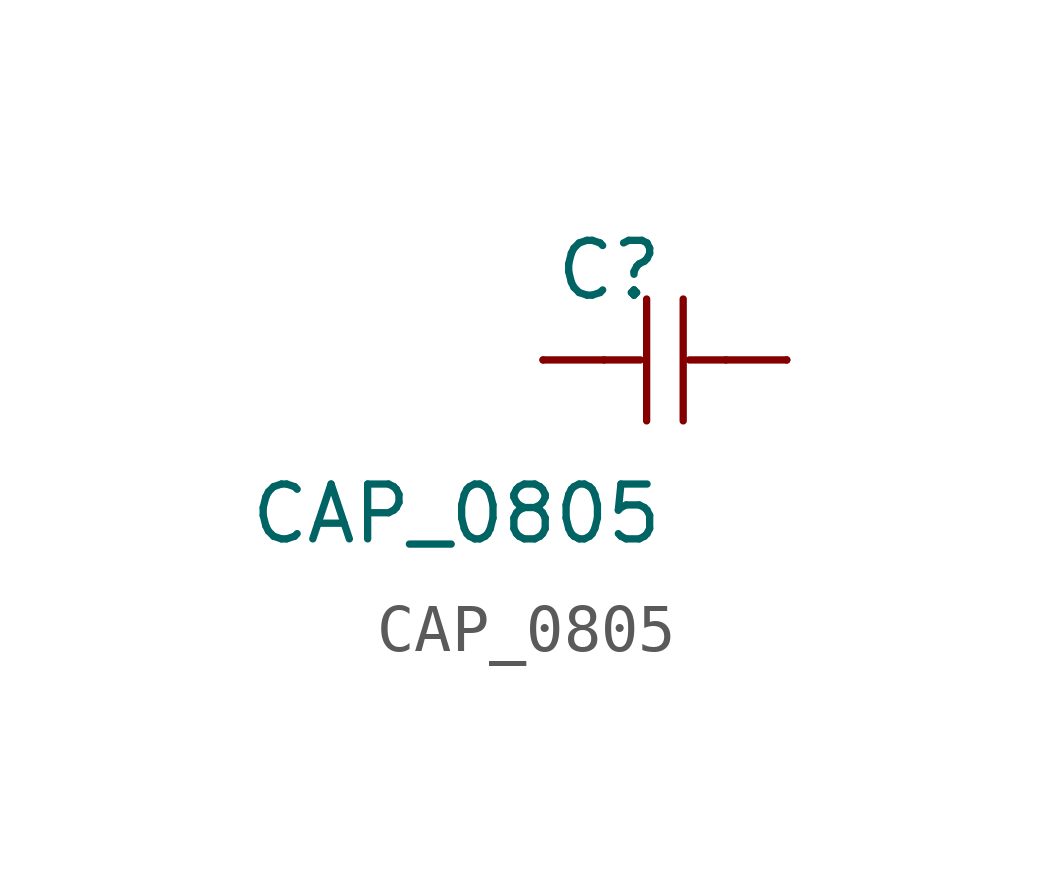
<source format=kicad_sym>
(kicad_symbol_lib
  (version 20211014)
  (generator kicad_symbol_editor)
  (symbol "CAP_0805"
    (pin_numbers hide)
    (pin_names
      (offset 1.016) hide)
    (property "Reference" "C"
      (at 0 2.54 0)
      (effects (font (size 1.143 1.143)) (justify right top)))
    (property "Value" "CAP_0805"
      (at 0 -2.54 0)
      (effects (font (size 1.143 1.143)) (justify right top)))
    (property "ki_locked" ""
      (at 0 0 0)
      (effects (font (size 1.27 1.27))))
    (symbol "CAP_0805_1_0"
      (polyline (pts (xy -1.27 0) (xy -2.54 0)) (stroke (width 0) (type default) (color 0 0 0 0)) (fill (type none)))
      (polyline (pts (xy -1.27 0) (xy -0.508 0)) (stroke (width 0) (type default) (color 0 0 0 0)) (fill (type none)))
      (polyline (pts (xy -0.381 -1.27) (xy -0.381 1.27)) (stroke (width 0) (type default) (color 0 0 0 0)) (fill (type none)))
      (polyline (pts (xy 0.381 -1.27) (xy 0.381 1.27)) (stroke (width 0) (type default) (color 0 0 0 0)) (fill (type none)))
      (polyline (pts (xy 1.27 0) (xy 0.508 0)) (stroke (width 0) (type default) (color 0 0 0 0)) (fill (type none)))
      (polyline (pts (xy 1.27 0) (xy 2.54 0)) (stroke (width 0) (type default) (color 0 0 0 0)) (fill (type none))))
    (symbol "CAP_0805_1_1"
      (pin passive line (at -2.54 0 0) (length 0) (name "1" (effects (font (size 1.016 1.016)))) (number "1" (effects (font (size 1.016 1.016)))))
      (pin passive line (at 2.54 0 180) (length 0) (name "2" (effects (font (size 1.016 1.016)))) (number "2" (effects (font (size 1.016 1.016))))))))
</source>
